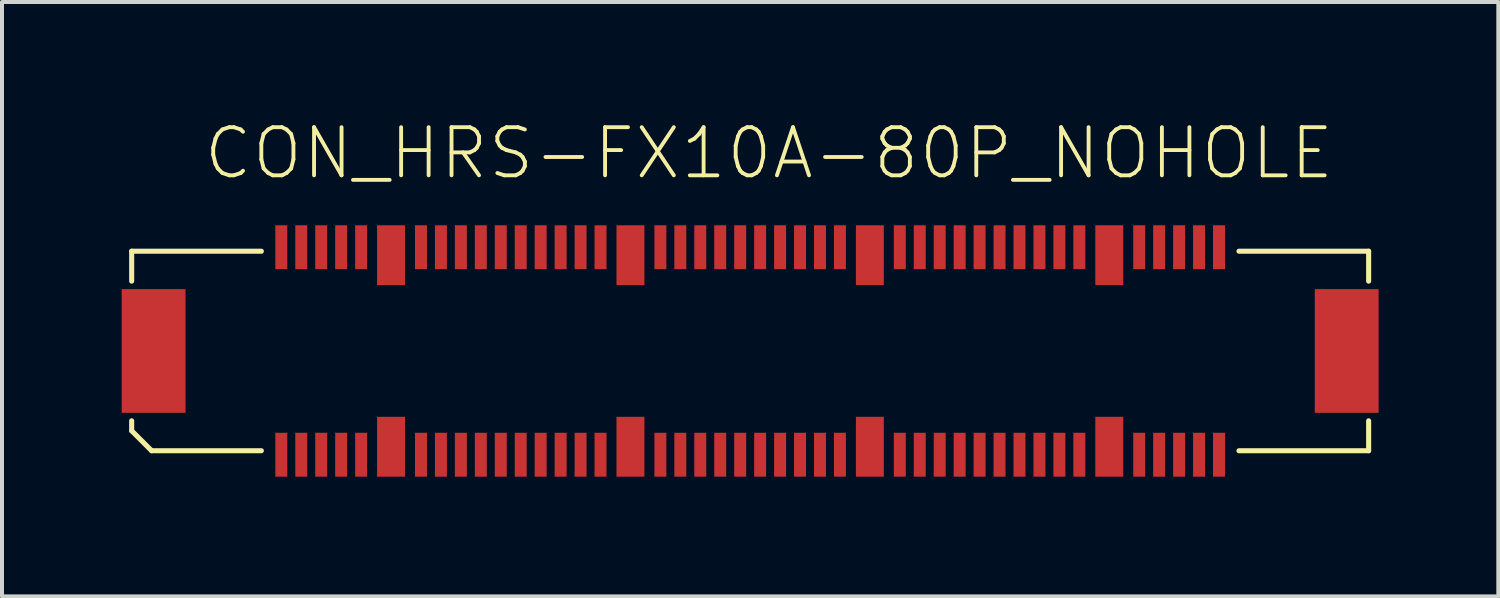
<source format=kicad_pcb>
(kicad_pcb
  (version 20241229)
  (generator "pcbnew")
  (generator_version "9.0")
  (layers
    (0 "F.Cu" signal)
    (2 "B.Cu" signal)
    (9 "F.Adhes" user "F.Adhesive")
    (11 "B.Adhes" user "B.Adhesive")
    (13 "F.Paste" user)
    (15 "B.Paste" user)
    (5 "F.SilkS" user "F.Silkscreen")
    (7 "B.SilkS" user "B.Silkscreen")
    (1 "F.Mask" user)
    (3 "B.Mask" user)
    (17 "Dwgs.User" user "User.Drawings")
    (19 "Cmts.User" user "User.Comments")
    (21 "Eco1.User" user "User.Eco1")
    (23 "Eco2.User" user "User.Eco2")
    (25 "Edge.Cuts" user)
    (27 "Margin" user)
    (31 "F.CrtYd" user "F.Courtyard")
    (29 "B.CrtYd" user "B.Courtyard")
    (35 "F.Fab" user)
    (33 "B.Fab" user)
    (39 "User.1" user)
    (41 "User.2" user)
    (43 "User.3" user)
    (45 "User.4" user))
  (footprint "CON_HRS-FX10A-80P_NOHOLE"
    (layer "F.Cu")
    (at 15.75 5.746)
    (property "Reference" "CON_HRS-FX10A-80P_NOHOLE" (at -13.75 -4.25 0) (layer "F.SilkS") (effects (font (size 1.206 1.206) (thickness 0.097)) (justify left bottom)))
    (attr through_hole)
    (fp_line (start -15.5 -1.75) (end -15.5 -2.5) (stroke (width 0.127) (type solid)) (layer "F.SilkS"))
    (fp_line (start -15.5 2) (end -15.5 1.75) (stroke (width 0.127) (type solid)) (layer "F.SilkS"))
    (fp_line (start -15 2.5) (end -15.5 2) (stroke (width 0.127) (type solid)) (layer "F.SilkS"))
    (fp_line (start -12.25 -2.5) (end -15.5 -2.5) (stroke (width 0.127) (type solid)) (layer "F.SilkS"))
    (fp_line (start -12.25 2.5) (end -15 2.5) (stroke (width 0.127) (type solid)) (layer "F.SilkS"))
    (fp_line (start 12.25 -2.5) (end 15.5 -2.5) (stroke (width 0.127) (type solid)) (layer "F.SilkS"))
    (fp_line (start 12.25 2.5) (end 15.5 2.5) (stroke (width 0.127) (type solid)) (layer "F.SilkS"))
    (fp_line (start 15.5 -2.5) (end 15.5 -1.75) (stroke (width 0.127) (type solid)) (layer "F.SilkS"))
    (fp_line (start 15.5 2.5) (end 15.5 1.75) (stroke (width 0.127) (type solid)) (layer "F.SilkS"))
    (pad "P$1" smd rect (at -11.75 2.6 90) (size 1.1 0.3) (layers "F.Cu" "F.Mask" "F.Paste"))
    (pad "P$2" smd rect (at -11.75 -2.6 90) (size 1.1 0.3) (layers "F.Cu" "F.Mask" "F.Paste"))
    (pad "P$3" smd rect (at -11.25 2.6 90) (size 1.1 0.3) (layers "F.Cu" "F.Mask" "F.Paste"))
    (pad "P$4" smd rect (at -11.25 -2.6 90) (size 1.1 0.3) (layers "F.Cu" "F.Mask" "F.Paste"))
    (pad "P$5" smd rect (at -10.75 2.6 90) (size 1.1 0.3) (layers "F.Cu" "F.Mask" "F.Paste"))
    (pad "P$6" smd rect (at -10.75 -2.6 90) (size 1.1 0.3) (layers "F.Cu" "F.Mask" "F.Paste"))
    (pad "P$7" smd rect (at -10.25 2.6 90) (size 1.1 0.3) (layers "F.Cu" "F.Mask" "F.Paste"))
    (pad "P$8" smd rect (at -10.25 -2.6 90) (size 1.1 0.3) (layers "F.Cu" "F.Mask" "F.Paste"))
    (pad "P$9" smd rect (at -9.75 2.6 90) (size 1.1 0.3) (layers "F.Cu" "F.Mask" "F.Paste"))
    (pad "P$10" smd rect (at -9.75 -2.6 90) (size 1.1 0.3) (layers "F.Cu" "F.Mask" "F.Paste"))
    (pad "P$11" smd rect (at -8.25 2.6 90) (size 1.1 0.3) (layers "F.Cu" "F.Mask" "F.Paste"))
    (pad "P$12" smd rect (at -8.25 -2.6 90) (size 1.1 0.3) (layers "F.Cu" "F.Mask" "F.Paste"))
    (pad "P$13" smd rect (at -7.75 2.6 90) (size 1.1 0.3) (layers "F.Cu" "F.Mask" "F.Paste"))
    (pad "P$14" smd rect (at -7.75 -2.6 90) (size 1.1 0.3) (layers "F.Cu" "F.Mask" "F.Paste"))
    (pad "P$15" smd rect (at -7.25 2.6 90) (size 1.1 0.3) (layers "F.Cu" "F.Mask" "F.Paste"))
    (pad "P$16" smd rect (at -7.25 -2.6 90) (size 1.1 0.3) (layers "F.Cu" "F.Mask" "F.Paste"))
    (pad "P$17" smd rect (at -6.75 2.6 90) (size 1.1 0.3) (layers "F.Cu" "F.Mask" "F.Paste"))
    (pad "P$18" smd rect (at -6.75 -2.6 90) (size 1.1 0.3) (layers "F.Cu" "F.Mask" "F.Paste"))
    (pad "P$19" smd rect (at -6.25 2.6 90) (size 1.1 0.3) (layers "F.Cu" "F.Mask" "F.Paste"))
    (pad "P$20" smd rect (at -6.25 -2.6 90) (size 1.1 0.3) (layers "F.Cu" "F.Mask" "F.Paste"))
    (pad "P$21" smd rect (at -5.75 2.6 90) (size 1.1 0.3) (layers "F.Cu" "F.Mask" "F.Paste"))
    (pad "P$22" smd rect (at -5.75 -2.6 90) (size 1.1 0.3) (layers "F.Cu" "F.Mask" "F.Paste"))
    (pad "P$23" smd rect (at -5.25 2.6 90) (size 1.1 0.3) (layers "F.Cu" "F.Mask" "F.Paste"))
    (pad "P$24" smd rect (at -5.25 -2.6 90) (size 1.1 0.3) (layers "F.Cu" "F.Mask" "F.Paste"))
    (pad "P$25" smd rect (at -4.75 2.6 90) (size 1.1 0.3) (layers "F.Cu" "F.Mask" "F.Paste"))
    (pad "P$26" smd rect (at -4.75 -2.6 90) (size 1.1 0.3) (layers "F.Cu" "F.Mask" "F.Paste"))
    (pad "P$27" smd rect (at -4.25 2.6 90) (size 1.1 0.3) (layers "F.Cu" "F.Mask" "F.Paste"))
    (pad "P$28" smd rect (at -4.25 -2.6 90) (size 1.1 0.3) (layers "F.Cu" "F.Mask" "F.Paste"))
    (pad "P$29" smd rect (at -3.75 2.6 90) (size 1.1 0.3) (layers "F.Cu" "F.Mask" "F.Paste"))
    (pad "P$30" smd rect (at -3.75 -2.6 90) (size 1.1 0.3) (layers "F.Cu" "F.Mask" "F.Paste"))
    (pad "P$31" smd rect (at -2.25 2.6 90) (size 1.1 0.3) (layers "F.Cu" "F.Mask" "F.Paste"))
    (pad "P$32" smd rect (at -2.25 -2.6 90) (size 1.1 0.3) (layers "F.Cu" "F.Mask" "F.Paste"))
    (pad "P$33" smd rect (at -1.75 2.6 90) (size 1.1 0.3) (layers "F.Cu" "F.Mask" "F.Paste"))
    (pad "P$34" smd rect (at -1.75 -2.6 90) (size 1.1 0.3) (layers "F.Cu" "F.Mask" "F.Paste"))
    (pad "P$35" smd rect (at -1.25 2.6 90) (size 1.1 0.3) (layers "F.Cu" "F.Mask" "F.Paste"))
    (pad "P$36" smd rect (at -1.25 -2.6 90) (size 1.1 0.3) (layers "F.Cu" "F.Mask" "F.Paste"))
    (pad "P$37" smd rect (at -0.75 2.6 90) (size 1.1 0.3) (layers "F.Cu" "F.Mask" "F.Paste"))
    (pad "P$38" smd rect (at -0.75 -2.6 90) (size 1.1 0.3) (layers "F.Cu" "F.Mask" "F.Paste"))
    (pad "P$39" smd rect (at -0.25 2.6 90) (size 1.1 0.3) (layers "F.Cu" "F.Mask" "F.Paste"))
    (pad "P$40" smd rect (at -0.25 -2.6 90) (size 1.1 0.3) (layers "F.Cu" "F.Mask" "F.Paste"))
    (pad "P$41" smd rect (at 0.25 2.6 90) (size 1.1 0.3) (layers "F.Cu" "F.Mask" "F.Paste"))
    (pad "P$42" smd rect (at 0.25 -2.6 90) (size 1.1 0.3) (layers "F.Cu" "F.Mask" "F.Paste"))
    (pad "P$43" smd rect (at 0.75 2.6 90) (size 1.1 0.3) (layers "F.Cu" "F.Mask" "F.Paste"))
    (pad "P$44" smd rect (at 0.75 -2.6 90) (size 1.1 0.3) (layers "F.Cu" "F.Mask" "F.Paste"))
    (pad "P$45" smd rect (at 1.25 2.6 90) (size 1.1 0.3) (layers "F.Cu" "F.Mask" "F.Paste"))
    (pad "P$46" smd rect (at 1.25 -2.6 90) (size 1.1 0.3) (layers "F.Cu" "F.Mask" "F.Paste"))
    (pad "P$47" smd rect (at 1.75 2.6 90) (size 1.1 0.3) (layers "F.Cu" "F.Mask" "F.Paste"))
    (pad "P$48" smd rect (at 1.75 -2.6 90) (size 1.1 0.3) (layers "F.Cu" "F.Mask" "F.Paste"))
    (pad "P$49" smd rect (at 2.25 2.6 90) (size 1.1 0.3) (layers "F.Cu" "F.Mask" "F.Paste"))
    (pad "P$50" smd rect (at 2.25 -2.6 90) (size 1.1 0.3) (layers "F.Cu" "F.Mask" "F.Paste"))
    (pad "P$51" smd rect (at 3.75 2.6 90) (size 1.1 0.3) (layers "F.Cu" "F.Mask" "F.Paste"))
    (pad "P$52" smd rect (at 3.75 -2.6 90) (size 1.1 0.3) (layers "F.Cu" "F.Mask" "F.Paste"))
    (pad "P$53" smd rect (at 4.25 2.6 90) (size 1.1 0.3) (layers "F.Cu" "F.Mask" "F.Paste"))
    (pad "P$54" smd rect (at 4.25 -2.6 90) (size 1.1 0.3) (layers "F.Cu" "F.Mask" "F.Paste"))
    (pad "P$55" smd rect (at 4.75 2.6 90) (size 1.1 0.3) (layers "F.Cu" "F.Mask" "F.Paste"))
    (pad "P$56" smd rect (at 4.75 -2.6 90) (size 1.1 0.3) (layers "F.Cu" "F.Mask" "F.Paste"))
    (pad "P$57" smd rect (at 5.25 2.6 90) (size 1.1 0.3) (layers "F.Cu" "F.Mask" "F.Paste"))
    (pad "P$58" smd rect (at 5.25 -2.6 90) (size 1.1 0.3) (layers "F.Cu" "F.Mask" "F.Paste"))
    (pad "P$59" smd rect (at 5.75 2.6 90) (size 1.1 0.3) (layers "F.Cu" "F.Mask" "F.Paste"))
    (pad "P$60" smd rect (at 5.75 -2.6 90) (size 1.1 0.3) (layers "F.Cu" "F.Mask" "F.Paste"))
    (pad "P$61" smd rect (at 6.25 2.6 90) (size 1.1 0.3) (layers "F.Cu" "F.Mask" "F.Paste"))
    (pad "P$62" smd rect (at 6.25 -2.6 90) (size 1.1 0.3) (layers "F.Cu" "F.Mask" "F.Paste"))
    (pad "P$63" smd rect (at 6.75 2.6 90) (size 1.1 0.3) (layers "F.Cu" "F.Mask" "F.Paste"))
    (pad "P$64" smd rect (at 6.75 -2.6 90) (size 1.1 0.3) (layers "F.Cu" "F.Mask" "F.Paste"))
    (pad "P$65" smd rect (at 7.25 2.6 90) (size 1.1 0.3) (layers "F.Cu" "F.Mask" "F.Paste"))
    (pad "P$66" smd rect (at 7.25 -2.6 90) (size 1.1 0.3) (layers "F.Cu" "F.Mask" "F.Paste"))
    (pad "P$67" smd rect (at 7.75 2.6 90) (size 1.1 0.3) (layers "F.Cu" "F.Mask" "F.Paste"))
    (pad "P$68" smd rect (at 7.75 -2.6 90) (size 1.1 0.3) (layers "F.Cu" "F.Mask" "F.Paste"))
    (pad "P$69" smd rect (at 8.25 2.6 90) (size 1.1 0.3) (layers "F.Cu" "F.Mask" "F.Paste"))
    (pad "P$70" smd rect (at 8.25 -2.6 90) (size 1.1 0.3) (layers "F.Cu" "F.Mask" "F.Paste"))
    (pad "P$71" smd rect (at 9.75 2.6 90) (size 1.1 0.3) (layers "F.Cu" "F.Mask" "F.Paste"))
    (pad "P$72" smd rect (at 9.75 -2.6 90) (size 1.1 0.3) (layers "F.Cu" "F.Mask" "F.Paste"))
    (pad "P$73" smd rect (at 10.25 2.6 90) (size 1.1 0.3) (layers "F.Cu" "F.Mask" "F.Paste"))
    (pad "P$74" smd rect (at 10.25 -2.6 90) (size 1.1 0.3) (layers "F.Cu" "F.Mask" "F.Paste"))
    (pad "P$75" smd rect (at 10.75 2.6 90) (size 1.1 0.3) (layers "F.Cu" "F.Mask" "F.Paste"))
    (pad "P$76" smd rect (at 10.75 -2.6 90) (size 1.1 0.3) (layers "F.Cu" "F.Mask" "F.Paste"))
    (pad "P$77" smd rect (at 11.25 2.6 90) (size 1.1 0.3) (layers "F.Cu" "F.Mask" "F.Paste"))
    (pad "P$78" smd rect (at 11.25 -2.6 90) (size 1.1 0.3) (layers "F.Cu" "F.Mask" "F.Paste"))
    (pad "P$79" smd rect (at 11.75 2.6 90) (size 1.1 0.3) (layers "F.Cu" "F.Mask" "F.Paste"))
    (pad "P$80" smd rect (at 11.75 -2.6 90) (size 1.1 0.3) (layers "F.Cu" "F.Mask" "F.Paste"))
    (pad "P$G1" smd rect (at -9 2.4 90) (size 1.5 0.7) (layers "F.Cu" "F.Mask" "F.Paste"))
    (pad "P$G2" smd rect (at -9 -2.4 90) (size 1.5 0.7) (layers "F.Cu" "F.Mask" "F.Paste"))
    (pad "P$G3" smd rect (at -3 2.4 90) (size 1.5 0.7) (layers "F.Cu" "F.Mask" "F.Paste"))
    (pad "P$G4" smd rect (at -3 -2.4 90) (size 1.5 0.7) (layers "F.Cu" "F.Mask" "F.Paste"))
    (pad "P$G5" smd rect (at 3 2.4 90) (size 1.5 0.7) (layers "F.Cu" "F.Mask" "F.Paste"))
    (pad "P$G6" smd rect (at 3 -2.4 90) (size 1.5 0.7) (layers "F.Cu" "F.Mask" "F.Paste"))
    (pad "P$G7" smd rect (at 9 2.4 90) (size 1.5 0.7) (layers "F.Cu" "F.Mask" "F.Paste"))
    (pad "P$G8" smd rect (at 9 -2.4 90) (size 1.5 0.7) (layers "F.Cu" "F.Mask" "F.Paste"))
    (pad "P$GG1" smd rect (at -14.95 0) (size 1.6 3.1) (layers "F.Cu" "F.Mask" "F.Paste"))
    (pad "P$GG2" smd rect (at 14.95 0) (size 1.6 3.1) (layers "F.Cu" "F.Mask" "F.Paste")))
  (gr_rect
    (start -3 -3)
    (end 34.5 11.896)
    (stroke (width 0.1) (type default))
    (fill no)
    (layer "Edge.Cuts")))
</source>
